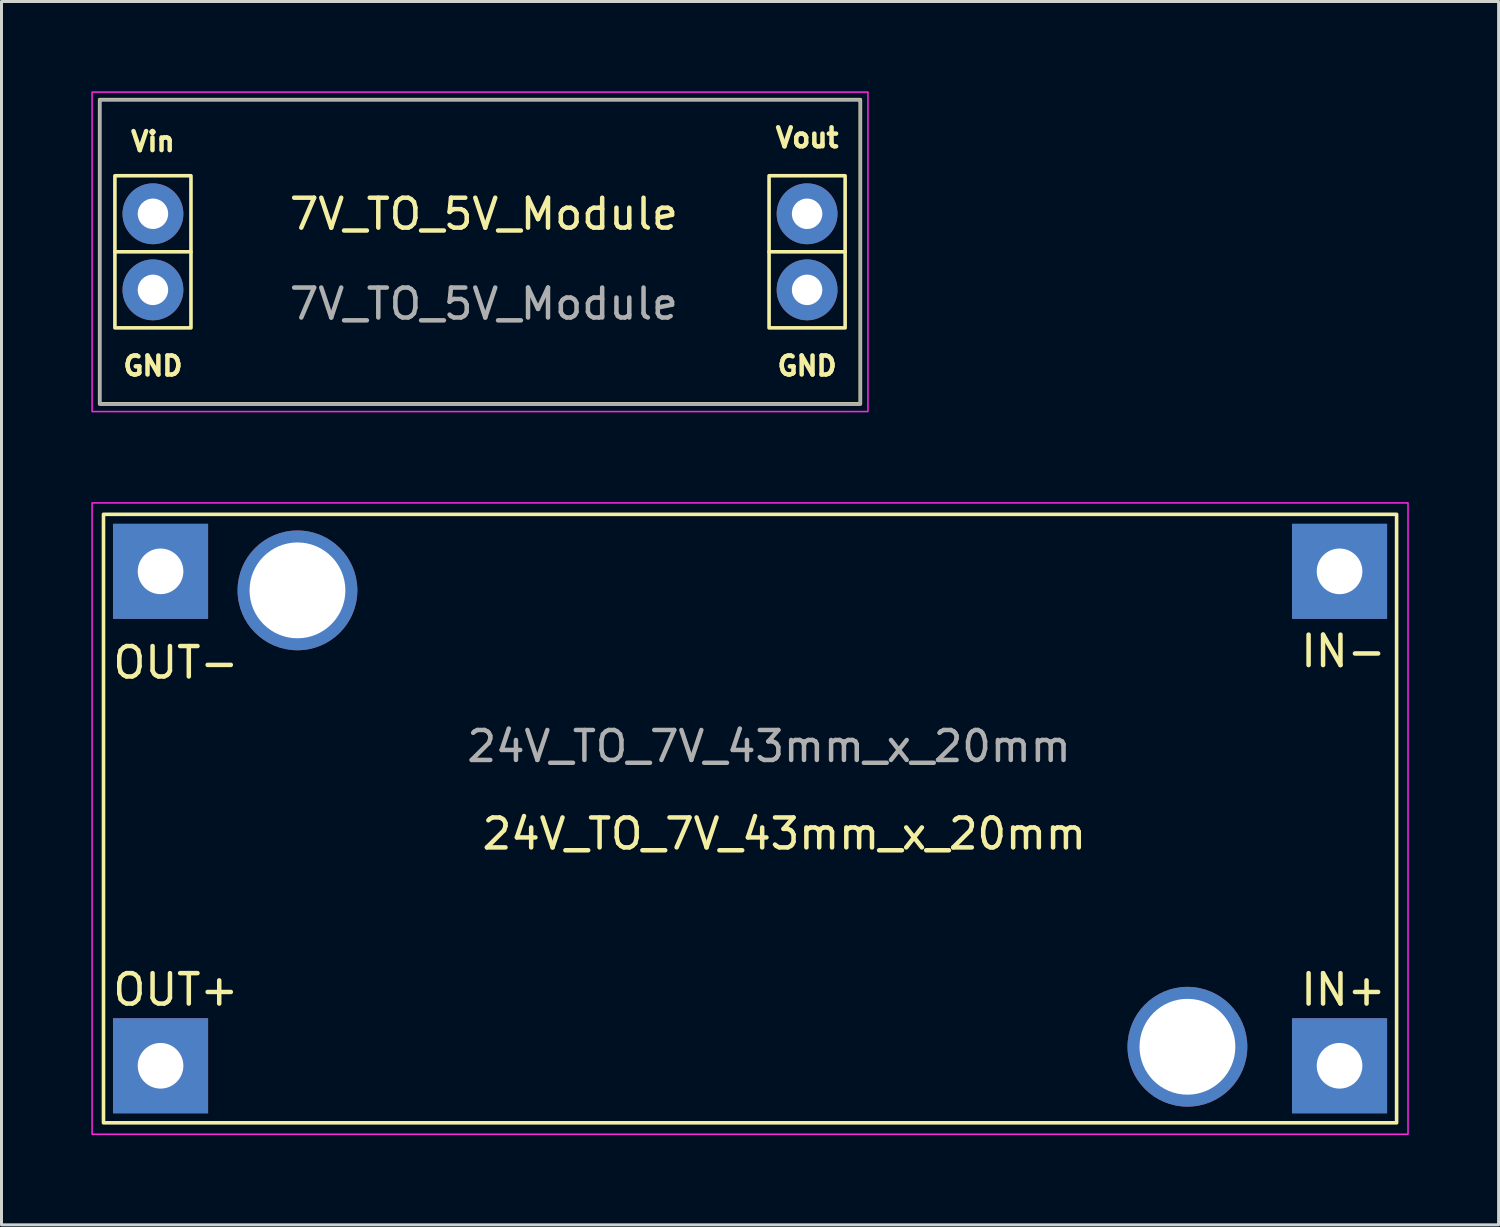
<source format=kicad_pcb>
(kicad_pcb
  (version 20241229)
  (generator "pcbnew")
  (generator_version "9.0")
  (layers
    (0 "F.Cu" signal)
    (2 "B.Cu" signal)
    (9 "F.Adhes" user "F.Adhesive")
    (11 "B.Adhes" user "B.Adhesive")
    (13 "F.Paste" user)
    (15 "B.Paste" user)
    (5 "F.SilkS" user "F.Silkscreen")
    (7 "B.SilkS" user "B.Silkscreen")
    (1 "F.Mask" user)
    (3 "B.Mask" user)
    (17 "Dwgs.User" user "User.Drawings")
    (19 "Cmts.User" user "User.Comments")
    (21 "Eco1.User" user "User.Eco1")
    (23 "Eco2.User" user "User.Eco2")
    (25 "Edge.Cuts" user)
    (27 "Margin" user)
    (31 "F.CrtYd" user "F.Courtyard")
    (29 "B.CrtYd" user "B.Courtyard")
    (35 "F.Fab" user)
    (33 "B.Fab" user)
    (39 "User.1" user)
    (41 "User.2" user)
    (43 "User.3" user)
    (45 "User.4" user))
  (footprint "7V_TO_5V_Module"
    (layer "F.Cu")
    (at 13.106 4.597)
    (property "Reference" "7V_TO_5V_Module" (at 0 -0.5 0) (unlocked yes) (layer "F.SilkS") (effects (font (size 1 1) (thickness 0.15))))
    (attr smd)
    (fp_line (start -12.319 0.762) (end -9.779 0.762) (stroke (width 0.12) (type solid)) (layer "F.SilkS"))
    (fp_line (start 12.065 0.762) (end 9.525 0.762) (stroke (width 0.12) (type solid)) (layer "F.SilkS"))
    (fp_rect (start -12.827 5.842) (end 12.573 -4.318) (stroke (width 0.12) (type solid)) (fill no) (layer "F.SilkS"))
    (fp_rect (start -12.319 3.302) (end -9.779 -1.778) (stroke (width 0.12) (type solid)) (fill no) (layer "F.SilkS"))
    (fp_rect (start 9.525 3.302) (end 12.065 -1.778) (stroke (width 0.12) (type solid)) (fill no) (layer "F.SilkS"))
    (fp_rect (start -13.081 6.096) (end 12.827 -4.572) (stroke (width 0.05) (type solid)) (fill no) (layer "F.CrtYd"))
    (fp_rect (start -12.827 5.842) (end 12.573 -4.318) (stroke (width 0.1) (type solid)) (fill no) (layer "F.Fab"))
    (fp_text user "GND" (at 10.795 4.572 0) (unlocked yes) (layer "F.SilkS") (effects (font (size 0.635 0.635) (thickness 0.15))))
    (fp_text user "GND" (at -11.049 4.572 0) (unlocked yes) (layer "F.SilkS") (effects (font (size 0.635 0.635) (thickness 0.15))))
    (fp_text user "Vin" (at -11.049 -2.921 0) (unlocked yes) (layer "F.SilkS") (effects (font (size 0.635 0.635) (thickness 0.15))))
    (fp_text user "Vout" (at 10.795 -3.048 0) (unlocked yes) (layer "F.SilkS") (effects (font (size 0.635 0.635) (thickness 0.15))))
    (fp_text user "${REFERENCE}" (at 0 2.5 0) (unlocked yes) (layer "F.Fab") (effects (font (size 1 1) (thickness 0.15))))
    (pad "1" thru_hole oval (at 10.795 -0.508 90) (size 2.032 2.032) (drill 1.016) (layers "*.Cu" "*.Mask"))
    (pad "2" thru_hole oval (at 10.795 2.032 90) (size 2.032 2.032) (drill 1.016) (layers "*.Cu" "*.Mask"))
    (pad "3" thru_hole oval (at -11.049 -0.508 90) (size 2.032 2.032) (drill 1.016) (layers "*.Cu" "*.Mask"))
    (pad "4" thru_hole oval (at -11.049 2.032 90) (size 2.032 2.032) (drill 1.016) (layers "*.Cu" "*.Mask")))
  (footprint "24V_TO_7V_43mm_x_20mm"
    (layer "F.Cu")
    (at 22.758 25.3)
    (property "Reference" "24V_TO_7V_43mm_x_20mm" (at 0.381 -0.508 0) (unlocked yes) (layer "F.SilkS") (effects (font (size 1 1) (thickness 0.15))))
    (attr smd)
    (fp_rect (start -22.352 -11.176) (end 20.828 9.144) (stroke (width 0.12) (type solid)) (fill no) (layer "F.SilkS"))
    (fp_rect (start -22.733 -11.557) (end 21.209 9.525) (stroke (width 0.05) (type solid)) (fill no) (layer "F.CrtYd"))
    (fp_text user "OUT-" (at -19.939 -6.223 0) (unlocked yes) (layer "F.SilkS") (effects (font (size 1.016 1.016) (thickness 0.15))))
    (fp_text user "IN+" (at 19.05 4.699 0) (unlocked yes) (layer "F.SilkS") (effects (font (size 1.016 1.016) (thickness 0.15))))
    (fp_text user "OUT+" (at -19.939 4.699 0) (unlocked yes) (layer "F.SilkS") (effects (font (size 1.016 1.016) (thickness 0.15))))
    (fp_text user "IN-" (at 19.05 -6.604 0) (unlocked yes) (layer "F.SilkS") (effects (font (size 1.016 1.016) (thickness 0.15))))
    (fp_text user "${REFERENCE}" (at -0.127 -3.429 0) (unlocked yes) (layer "F.Fab") (effects (font (size 1 1) (thickness 0.15))))
    (pad "" np_thru_hole oval (at -15.875 -8.636) (size 4 4) (drill 3.2) (layers "*.Cu" "*.Mask"))
    (pad "" np_thru_hole oval (at 13.843 6.604) (size 4 4) (drill 3.2) (layers "*.Cu" "*.Mask"))
    (pad "1" thru_hole trapezoid (at 18.923 7.239) (size 3.175 3.175) (drill 1.524) (layers "*.Cu" "*.Mask"))
    (pad "2" thru_hole trapezoid (at 18.923 -9.271) (size 3.175 3.175) (drill 1.524) (layers "*.Cu" "*.Mask"))
    (pad "3" thru_hole trapezoid (at -20.447 7.239) (size 3.175 3.175) (drill 1.524) (layers "*.Cu" "*.Mask"))
    (pad "4" thru_hole trapezoid (at -20.447 -9.271) (size 3.175 3.175) (drill 1.524) (layers "*.Cu" "*.Mask")))
  (gr_rect
    (start -3 -3)
    (end 46.992 37.85)
    (stroke (width 0.1) (type default))
    (fill no)
    (layer "Edge.Cuts")))
</source>
